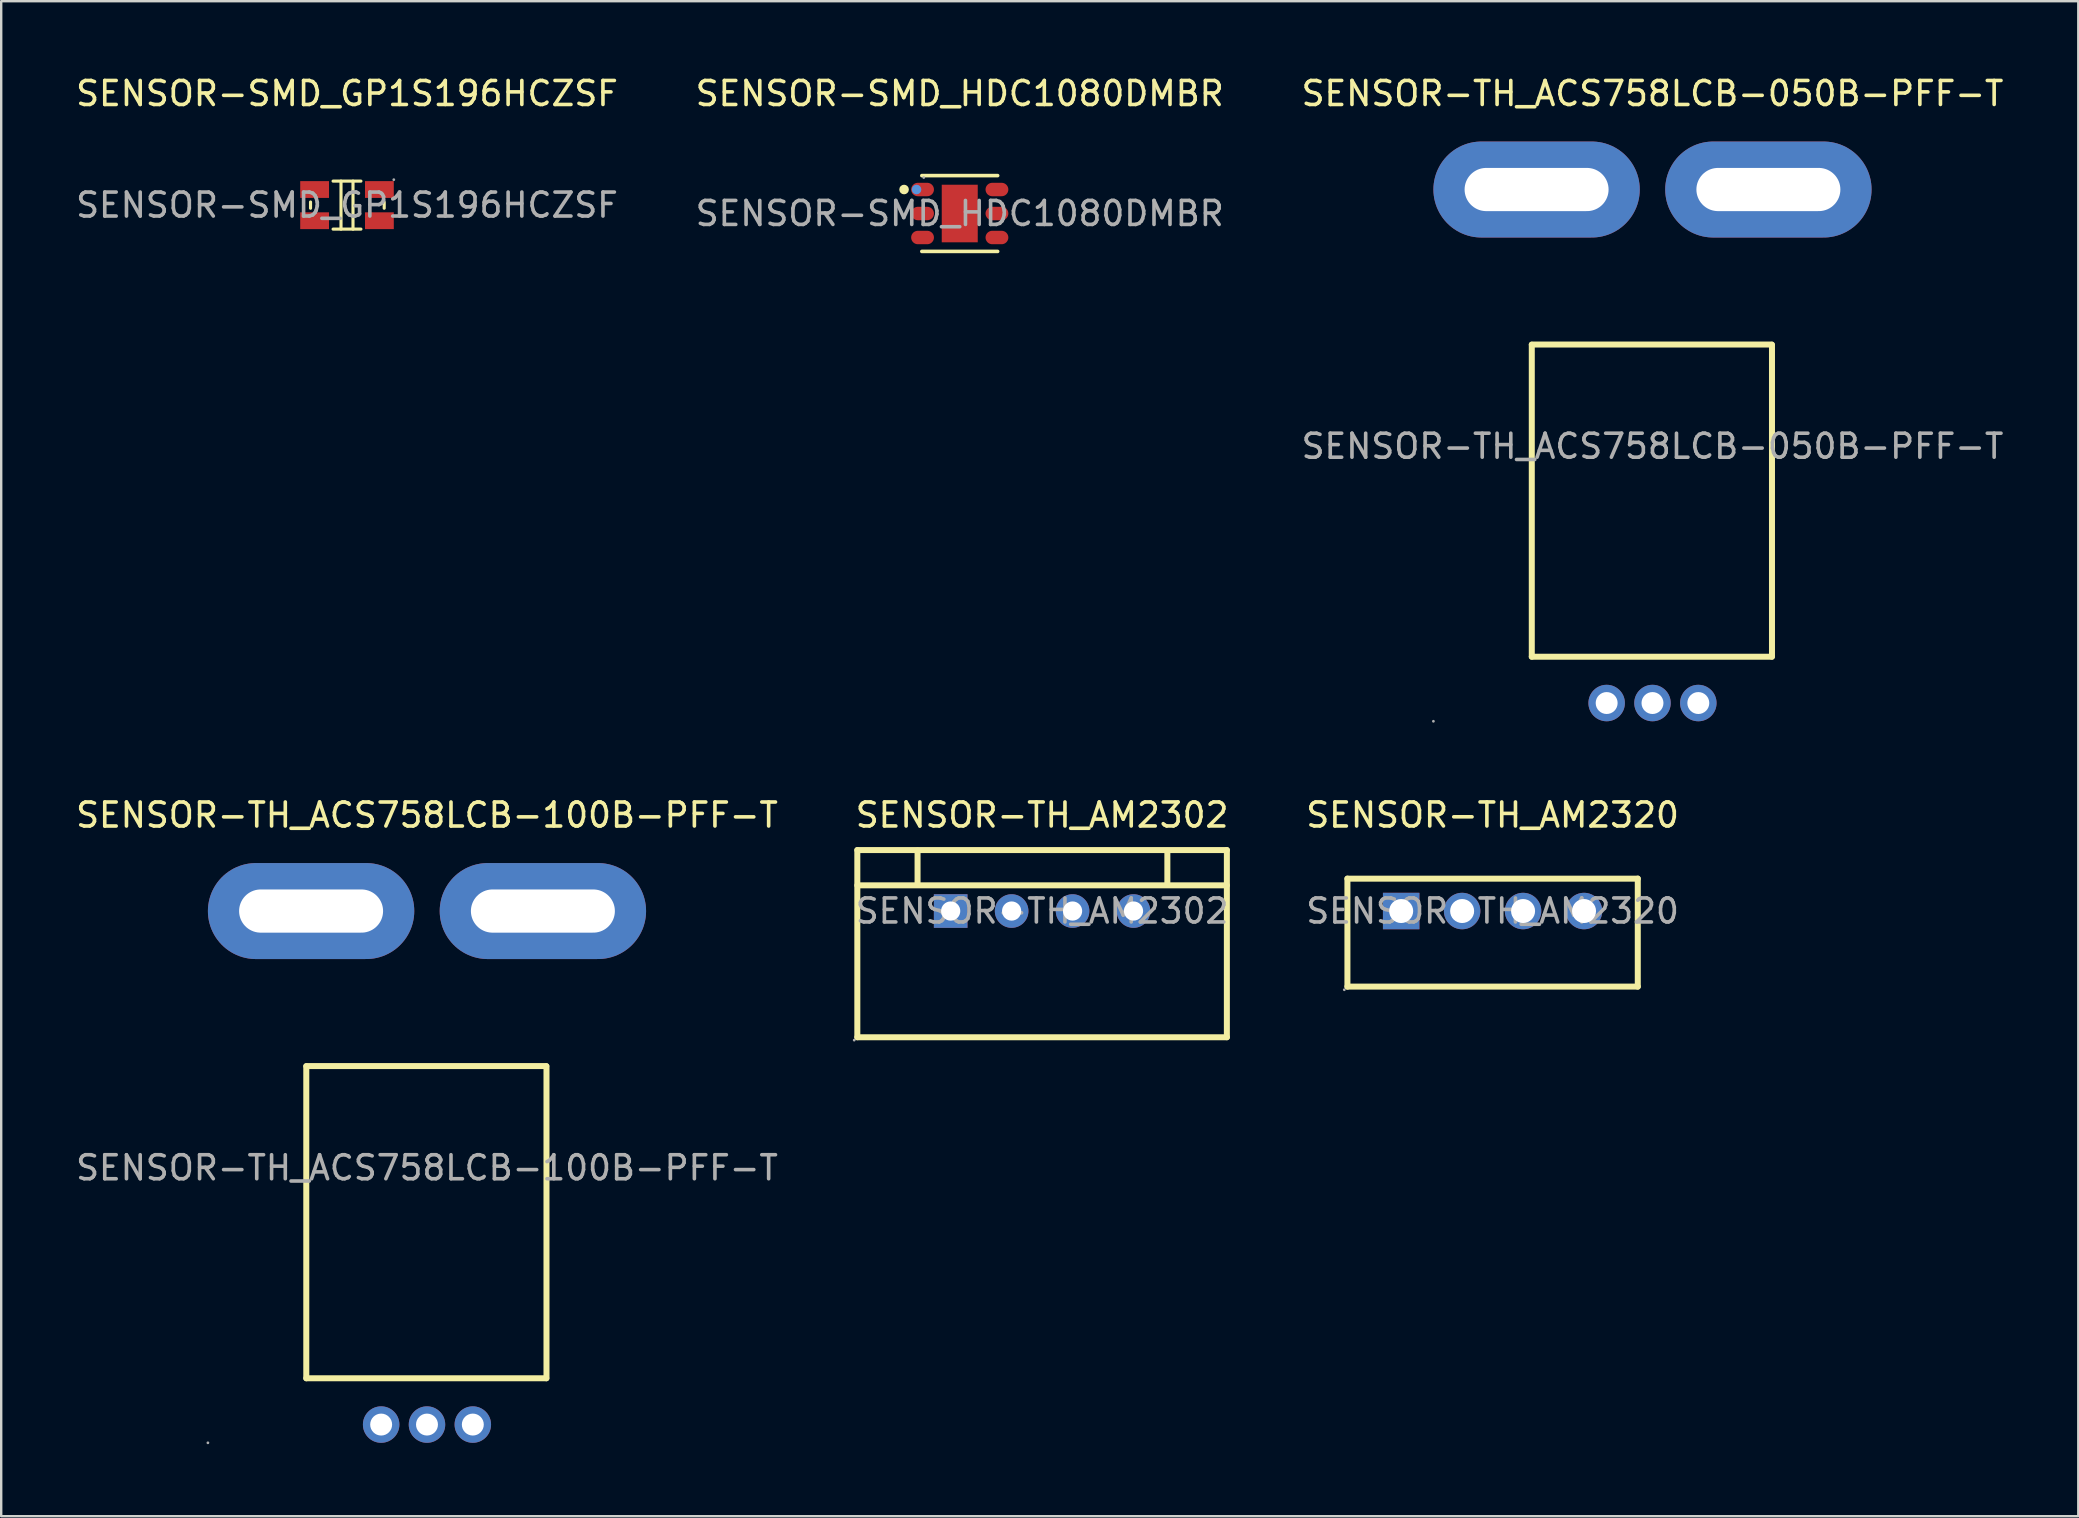
<source format=kicad_pcb>
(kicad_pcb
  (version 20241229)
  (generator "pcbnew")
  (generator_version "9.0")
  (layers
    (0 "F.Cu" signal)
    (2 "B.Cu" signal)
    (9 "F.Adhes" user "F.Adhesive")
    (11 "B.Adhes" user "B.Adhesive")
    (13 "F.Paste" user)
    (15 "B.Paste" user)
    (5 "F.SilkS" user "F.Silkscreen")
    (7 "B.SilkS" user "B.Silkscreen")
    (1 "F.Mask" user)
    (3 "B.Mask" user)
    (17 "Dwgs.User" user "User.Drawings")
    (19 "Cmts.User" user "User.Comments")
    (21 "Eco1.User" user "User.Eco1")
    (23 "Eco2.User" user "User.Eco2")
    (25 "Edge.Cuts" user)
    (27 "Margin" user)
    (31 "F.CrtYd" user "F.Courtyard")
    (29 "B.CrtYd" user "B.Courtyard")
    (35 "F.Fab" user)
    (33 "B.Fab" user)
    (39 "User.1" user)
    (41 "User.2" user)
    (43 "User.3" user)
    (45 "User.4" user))
  (footprint "SENSOR-TH_ACS758LCB-050B-PFF-T"
    (layer "F.Cu")
    (at 65.815 15.548)
    (property "Reference" "SENSOR-TH_ACS758LCB-050B-PFF-T" (at 0 -14.7 0) (layer "F.SilkS") (effects (font (size 1 1) (thickness 0.15))))
    (attr through_hole)
    (fp_line (start -5.03 -4.24) (end 4.97 -4.24) (stroke (width 0.25) (type solid)) (layer "F.SilkS"))
    (fp_line (start -5.03 -4.23) (end -5.03 8.77) (stroke (width 0.25) (type solid)) (layer "F.SilkS"))
    (fp_line (start -5.03 8.77) (end 4.97 8.77) (stroke (width 0.25) (type solid)) (layer "F.SilkS"))
    (fp_line (start 4.98 -4.23) (end 4.98 8.77) (stroke (width 0.25) (type solid)) (layer "F.SilkS"))
    (fp_circle (center -9.13 11.46) (end -9.1 11.46) (stroke (width 0.06) (type solid)) (fill no) (layer "F.Fab"))
    (fp_circle (center -1.91 10.7) (end -1.73 10.7) (stroke (width 0.36) (type solid)) (fill no) (layer "F.Fab"))
    (fp_circle (center 0 10.7) (end 0.18 10.7) (stroke (width 0.36) (type solid)) (fill no) (layer "F.Fab"))
    (fp_circle (center 1.91 10.7) (end 2.09 10.7) (stroke (width 0.36) (type solid)) (fill no) (layer "F.Fab"))
    (fp_text user "${REFERENCE}" (at 0 0 0) (layer "F.Fab") (effects (font (size 1 1) (thickness 0.15))))
    (pad "1" thru_hole circle (at -1.91 10.7) (size 1.52 1.52) (drill 0.914) (layers "*.Cu" "*.Paste" "*.Mask"))
    (pad "2" thru_hole circle (at 0 10.7) (size 1.52 1.52) (drill 0.914) (layers "*.Cu" "*.Paste" "*.Mask"))
    (pad "3" thru_hole circle (at 1.91 10.7) (size 1.52 1.52) (drill 0.914) (layers "*.Cu" "*.Paste" "*.Mask"))
    (pad "4" thru_hole oval (at 4.83 -10.7) (size 8.6 4) (drill oval 6 1.8) (layers "*.Cu" "*.Paste" "*.Mask"))
    (pad "5" thru_hole oval (at -4.83 -10.7) (size 8.6 4) (drill oval 6 1.8) (layers "*.Cu" "*.Paste" "*.Mask")))
  (footprint "SENSOR-SMD_GP1S196HCZSF"
    (layer "F.Cu")
    (at 11.411 5.498)
    (property "Reference" "SENSOR-SMD_GP1S196HCZSF" (at 0 -4.65 0) (layer "F.SilkS") (effects (font (size 1 1) (thickness 0.15))))
    (attr through_hole)
    (fp_line (start -1.52 -0.13) (end -1.52 0.13) (stroke (width 0.13) (type solid)) (layer "F.SilkS"))
    (fp_line (start -0.58 -1) (end 0.58 -1) (stroke (width 0.13) (type solid)) (layer "F.SilkS"))
    (fp_line (start -0.58 1) (end 0.58 1) (stroke (width 0.13) (type solid)) (layer "F.SilkS"))
    (fp_line (start -0.25 -1) (end -0.25 1) (stroke (width 0.13) (type solid)) (layer "F.SilkS"))
    (fp_line (start 0.25 -1) (end 0.25 1) (stroke (width 0.13) (type solid)) (layer "F.SilkS"))
    (fp_line (start 1.55 -0.13) (end 1.55 0.13) (stroke (width 0.13) (type solid)) (layer "F.SilkS"))
    (fp_circle (center 1.95 -1.06) (end 1.98 -1.06) (stroke (width 0.06) (type solid)) (fill no) (layer "F.Fab"))
    (fp_text user "${REFERENCE}" (at 0 0 0) (layer "F.Fab") (effects (font (size 1 1) (thickness 0.15))))
    (pad "1" smd rect (at 1.35 -0.65) (size 1.2 0.7) (layers "F.Cu" "F.Mask" "F.Paste"))
    (pad "2" smd rect (at -1.35 -0.65) (size 1.2 0.7) (layers "F.Cu" "F.Mask" "F.Paste"))
    (pad "3" smd rect (at -1.35 0.65) (size 1.2 0.7) (layers "F.Cu" "F.Mask" "F.Paste"))
    (pad "4" smd rect (at 1.35 0.65) (size 1.2 0.7) (layers "F.Cu" "F.Mask" "F.Paste")))
  (footprint "SENSOR-TH_ACS758LCB-100B-PFF-T"
    (layer "F.Cu")
    (at 14.744 45.617)
    (property "Reference" "SENSOR-TH_ACS758LCB-100B-PFF-T" (at 0 -14.7 0) (layer "F.SilkS") (effects (font (size 1 1) (thickness 0.15))))
    (attr through_hole)
    (fp_line (start -5.03 -4.24) (end 4.97 -4.24) (stroke (width 0.25) (type solid)) (layer "F.SilkS"))
    (fp_line (start -5.03 -4.23) (end -5.03 8.77) (stroke (width 0.25) (type solid)) (layer "F.SilkS"))
    (fp_line (start -5.03 8.77) (end 4.97 8.77) (stroke (width 0.25) (type solid)) (layer "F.SilkS"))
    (fp_line (start 4.98 -4.23) (end 4.98 8.77) (stroke (width 0.25) (type solid)) (layer "F.SilkS"))
    (fp_circle (center -9.13 11.46) (end -9.1 11.46) (stroke (width 0.06) (type solid)) (fill no) (layer "F.Fab"))
    (fp_circle (center -1.91 10.7) (end -1.73 10.7) (stroke (width 0.36) (type solid)) (fill no) (layer "F.Fab"))
    (fp_circle (center 0 10.7) (end 0.18 10.7) (stroke (width 0.36) (type solid)) (fill no) (layer "F.Fab"))
    (fp_circle (center 1.91 10.7) (end 2.09 10.7) (stroke (width 0.36) (type solid)) (fill no) (layer "F.Fab"))
    (fp_text user "${REFERENCE}" (at 0 0 0) (layer "F.Fab") (effects (font (size 1 1) (thickness 0.15))))
    (pad "1" thru_hole circle (at -1.91 10.7) (size 1.52 1.52) (drill 0.914) (layers "*.Cu" "*.Paste" "*.Mask"))
    (pad "2" thru_hole circle (at 0 10.7) (size 1.52 1.52) (drill 0.914) (layers "*.Cu" "*.Paste" "*.Mask"))
    (pad "3" thru_hole circle (at 1.91 10.7) (size 1.52 1.52) (drill 0.914) (layers "*.Cu" "*.Paste" "*.Mask"))
    (pad "4" thru_hole oval (at 4.83 -10.7) (size 8.6 4) (drill oval 6 1.8) (layers "*.Cu" "*.Paste" "*.Mask"))
    (pad "5" thru_hole oval (at -4.83 -10.7) (size 8.6 4) (drill oval 6 1.8) (layers "*.Cu" "*.Paste" "*.Mask")))
  (footprint "SENSOR-TH_AM2302"
    (layer "F.Cu")
    (at 40.378 34.916)
    (property "Reference" "SENSOR-TH_AM2302" (at 0 -4 0) (layer "F.SilkS") (effects (font (size 1 1) (thickness 0.15))))
    (attr through_hole)
    (fp_line (start -7.7 -2.54) (end -7.7 5.26) (stroke (width 0.25) (type solid)) (layer "F.SilkS"))
    (fp_line (start -7.7 -2.54) (end 7.7 -2.54) (stroke (width 0.25) (type solid)) (layer "F.SilkS"))
    (fp_line (start -7.7 -1.07) (end 7.7 -1.07) (stroke (width 0.25) (type solid)) (layer "F.SilkS"))
    (fp_line (start -7.7 5.26) (end 7.7 5.26) (stroke (width 0.25) (type solid)) (layer "F.SilkS"))
    (fp_line (start -5.19 -2.52) (end -5.19 -1.12) (stroke (width 0.25) (type solid)) (layer "F.SilkS"))
    (fp_line (start 5.22 -2.5) (end 5.22 -1.1) (stroke (width 0.25) (type solid)) (layer "F.SilkS"))
    (fp_line (start 7.7 -2.54) (end 7.7 5.26) (stroke (width 0.25) (type solid)) (layer "F.SilkS"))
    (fp_circle (center -7.83 5.38) (end -7.8 5.38) (stroke (width 0.06) (type solid)) (fill no) (layer "F.Fab"))
    (fp_circle (center -3.81 0) (end -3.66 0) (stroke (width 0.3) (type solid)) (fill no) (layer "F.Fab"))
    (fp_circle (center -1.27 0) (end -1.12 0) (stroke (width 0.3) (type solid)) (fill no) (layer "F.Fab"))
    (fp_circle (center 1.27 0) (end 1.42 0) (stroke (width 0.3) (type solid)) (fill no) (layer "F.Fab"))
    (fp_circle (center 3.81 0) (end 3.96 0) (stroke (width 0.3) (type solid)) (fill no) (layer "F.Fab"))
    (fp_text user "${REFERENCE}" (at 0 0 0) (layer "F.Fab") (effects (font (size 1 1) (thickness 0.15))))
    (pad "1" thru_hole rect (at -3.81 0) (size 1.4 1.4) (drill 0.8) (layers "*.Cu" "*.Paste" "*.Mask"))
    (pad "2" thru_hole circle (at -1.27 0) (size 1.4 1.4) (drill 0.8) (layers "*.Cu" "*.Paste" "*.Mask"))
    (pad "3" thru_hole circle (at 1.27 0) (size 1.4 1.4) (drill 0.8) (layers "*.Cu" "*.Paste" "*.Mask"))
    (pad "4" thru_hole circle (at 3.81 0) (size 1.4 1.4) (drill 0.8) (layers "*.Cu" "*.Paste" "*.Mask")))
  (footprint "SENSOR-SMD_HDC1080DMBR"
    (layer "F.Cu")
    (at 36.946 5.848)
    (property "Reference" "SENSOR-SMD_HDC1080DMBR" (at 0 -5 0) (layer "F.SilkS") (effects (font (size 1 1) (thickness 0.15))))
    (attr through_hole)
    (fp_line (start -1.58 -1.58) (end 1.58 -1.58) (stroke (width 0.15) (type solid)) (layer "F.SilkS"))
    (fp_line (start -1.58 1.58) (end 1.58 1.58) (stroke (width 0.15) (type solid)) (layer "F.SilkS"))
    (fp_circle (center -2.32 -1) (end -2.22 -1) (stroke (width 0.2) (type solid)) (fill no) (layer "F.SilkS"))
    (fp_circle (center -1.8 -1) (end -1.7 -1) (stroke (width 0.2) (type solid)) (fill no) (layer "Cmts.User"))
    (fp_circle (center -1.5 -1.5) (end -1.47 -1.5) (stroke (width 0.06) (type solid)) (fill no) (layer "F.Fab"))
    (fp_text user "${REFERENCE}" (at 0 0 0) (layer "F.Fab") (effects (font (size 1 1) (thickness 0.15))))
    (pad "1" smd oval (at -1.55 -1) (size 0.95 0.56) (layers "F.Cu" "F.Mask" "F.Paste"))
    (pad "2" smd oval (at -1.55 0) (size 0.95 0.56) (layers "F.Cu" "F.Mask" "F.Paste"))
    (pad "3" smd oval (at -1.55 1) (size 0.95 0.56) (layers "F.Cu" "F.Mask" "F.Paste"))
    (pad "4" smd oval (at 1.55 1) (size 0.95 0.56) (layers "F.Cu" "F.Mask" "F.Paste"))
    (pad "5" smd oval (at 1.55 0) (size 0.95 0.56) (layers "F.Cu" "F.Mask" "F.Paste"))
    (pad "6" smd oval (at 1.55 -1) (size 0.95 0.56) (layers "F.Cu" "F.Mask" "F.Paste"))
    (pad "7" smd rect (at 0 0) (size 1.5 2.4) (layers "F.Cu" "F.Mask" "F.Paste")))
  (footprint "SENSOR-TH_AM2320"
    (layer "F.Cu")
    (at 59.152 34.916)
    (property "Reference" "SENSOR-TH_AM2320" (at 0 -4 0) (layer "F.SilkS") (effects (font (size 1 1) (thickness 0.15))))
    (attr through_hole)
    (fp_line (start -6.05 -1.35) (end -6.05 3.15) (stroke (width 0.25) (type solid)) (layer "F.SilkS"))
    (fp_line (start -6.05 -1.35) (end 6.05 -1.35) (stroke (width 0.25) (type solid)) (layer "F.SilkS"))
    (fp_line (start -6.05 3.15) (end 6.05 3.15) (stroke (width 0.25) (type solid)) (layer "F.SilkS"))
    (fp_line (start 6.05 -1.35) (end 6.05 3.15) (stroke (width 0.25) (type solid)) (layer "F.SilkS"))
    (fp_circle (center -6.18 3.28) (end -6.15 3.28) (stroke (width 0.06) (type solid)) (fill no) (layer "F.Fab"))
    (fp_circle (center -3.81 0) (end -3.61 0) (stroke (width 0.4) (type solid)) (fill no) (layer "F.Fab"))
    (fp_circle (center -1.27 0) (end -1.07 0) (stroke (width 0.4) (type solid)) (fill no) (layer "F.Fab"))
    (fp_circle (center 1.27 0) (end 1.47 0) (stroke (width 0.4) (type solid)) (fill no) (layer "F.Fab"))
    (fp_circle (center 3.81 0) (end 4.01 0) (stroke (width 0.4) (type solid)) (fill no) (layer "F.Fab"))
    (fp_text user "${REFERENCE}" (at 0 0 0) (layer "F.Fab") (effects (font (size 1 1) (thickness 0.15))))
    (pad "1" thru_hole rect (at -3.81 0) (size 1.52 1.52) (drill 1) (layers "*.Cu" "*.Paste" "*.Mask"))
    (pad "2" thru_hole circle (at -1.27 0) (size 1.52 1.52) (drill 1) (layers "*.Cu" "*.Paste" "*.Mask"))
    (pad "3" thru_hole circle (at 1.27 0) (size 1.52 1.52) (drill 1) (layers "*.Cu" "*.Paste" "*.Mask"))
    (pad "4" thru_hole circle (at 3.81 0) (size 1.52 1.52) (drill 1) (layers "*.Cu" "*.Paste" "*.Mask")))
  (gr_rect
    (start -3 -3)
    (end 83.56 60.136)
    (stroke (width 0.1) (type default))
    (fill no)
    (layer "Edge.Cuts")))
</source>
